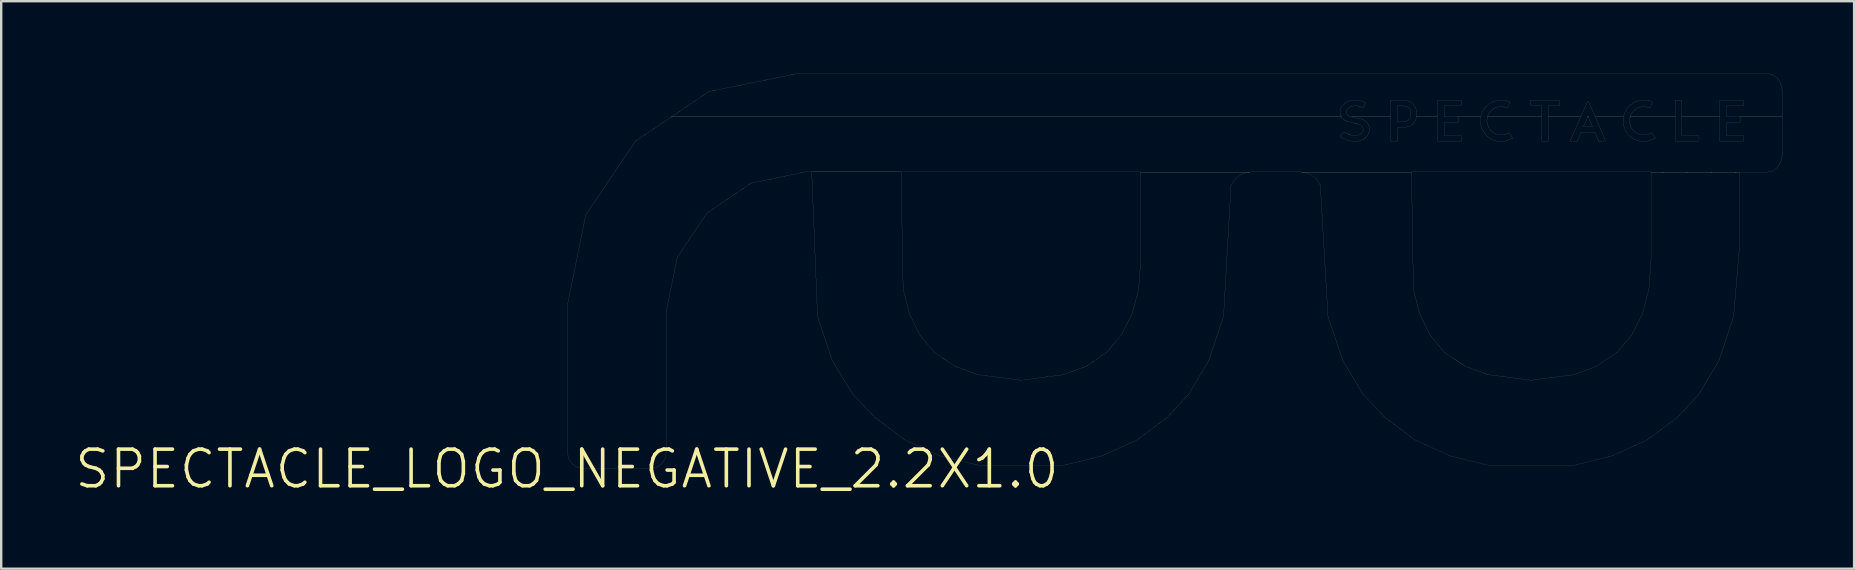
<source format=kicad_pcb>
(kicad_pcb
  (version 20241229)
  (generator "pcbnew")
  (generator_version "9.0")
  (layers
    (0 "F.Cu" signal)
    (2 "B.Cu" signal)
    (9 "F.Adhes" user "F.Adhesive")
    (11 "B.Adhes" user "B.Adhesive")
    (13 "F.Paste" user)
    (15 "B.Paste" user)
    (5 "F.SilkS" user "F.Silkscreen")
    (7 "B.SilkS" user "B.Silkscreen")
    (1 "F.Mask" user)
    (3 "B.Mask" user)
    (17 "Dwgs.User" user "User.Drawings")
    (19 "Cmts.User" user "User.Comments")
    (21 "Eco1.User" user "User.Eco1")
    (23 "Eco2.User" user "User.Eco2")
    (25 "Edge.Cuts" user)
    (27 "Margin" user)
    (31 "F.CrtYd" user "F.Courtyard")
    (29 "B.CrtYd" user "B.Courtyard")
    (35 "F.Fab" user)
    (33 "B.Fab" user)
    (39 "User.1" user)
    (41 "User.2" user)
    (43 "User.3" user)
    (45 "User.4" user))
  (footprint "SPECTACLE_LOGO_NEGATIVE_2.2X1.0"
    (layer "F.Cu")
    (at 20.574 16.491)
    (property "Reference" "SPECTACLE_LOGO_NEGATIVE_2.2X1.0" (at 0 0 0) (layer "F.SilkS") (effects (font (size 1.524 1.524) (thickness 0.15))))
    (attr exclude_from_pos_files exclude_from_bom)
    (fp_line (start 0.018 -6.82) (end 0.018 -0.699) (stroke (width 0.003) (type solid)) (layer "F.SilkS"))
    (fp_line (start 0.018 -0.699) (end 0.069 -0.429) (stroke (width 0.003) (type solid)) (layer "F.SilkS"))
    (fp_line (start 0.069 -0.429) (end 0.218 -0.218) (stroke (width 0.003) (type solid)) (layer "F.SilkS"))
    (fp_line (start 0.218 -0.218) (end 0.429 -0.069) (stroke (width 0.003) (type solid)) (layer "F.SilkS"))
    (fp_line (start 0.429 -0.069) (end 0.699 -0.018) (stroke (width 0.003) (type solid)) (layer "F.SilkS"))
    (fp_line (start 0.699 -0.018) (end 3.459 -0.018) (stroke (width 0.003) (type solid)) (layer "F.SilkS"))
    (fp_line (start 0.78 -10.579) (end 0.018 -6.82) (stroke (width 0.003) (type solid)) (layer "F.SilkS"))
    (fp_line (start 2.85 -13.658) (end 0.78 -10.579) (stroke (width 0.003) (type solid)) (layer "F.SilkS"))
    (fp_line (start 3.459 -0.018) (end 3.729 -0.069) (stroke (width 0.003) (type solid)) (layer "F.SilkS"))
    (fp_line (start 3.729 -0.069) (end 3.95 -0.218) (stroke (width 0.003) (type solid)) (layer "F.SilkS"))
    (fp_line (start 3.95 -0.218) (end 4.089 -0.429) (stroke (width 0.003) (type solid)) (layer "F.SilkS"))
    (fp_line (start 4.089 -0.429) (end 4.138 -0.699) (stroke (width 0.003) (type solid)) (layer "F.SilkS"))
    (fp_line (start 4.138 -6.568) (end 4.6 -8.829) (stroke (width 0.003) (type solid)) (layer "F.SilkS"))
    (fp_line (start 4.138 -0.699) (end 4.138 -6.568) (stroke (width 0.003) (type solid)) (layer "F.SilkS"))
    (fp_line (start 4.348 -14.668) (end 2.85 -13.658) (stroke (width 0.003) (type solid)) (layer "F.SilkS"))
    (fp_line (start 4.348 -14.668) (end 32.268 -14.668) (stroke (width 0.003) (type solid)) (layer "F.SilkS"))
    (fp_line (start 4.6 -8.829) (end 5.839 -10.668) (stroke (width 0.003) (type solid)) (layer "F.SilkS"))
    (fp_line (start 5.839 -10.668) (end 7.689 -11.918) (stroke (width 0.003) (type solid)) (layer "F.SilkS"))
    (fp_line (start 5.918 -15.728) (end 4.348 -14.668) (stroke (width 0.003) (type solid)) (layer "F.SilkS"))
    (fp_line (start 7.689 -11.918) (end 9.949 -12.38) (stroke (width 0.003) (type solid)) (layer "F.SilkS"))
    (fp_line (start 9.68 -16.49) (end 5.918 -15.728) (stroke (width 0.003) (type solid)) (layer "F.SilkS"))
    (fp_line (start 9.949 -12.38) (end 23.909 -12.38) (stroke (width 0.003) (type solid)) (layer "F.SilkS"))
    (fp_line (start 10.198 -12.38) (end 10.439 -6.358) (stroke (width 0.003) (type solid)) (layer "F.SilkS"))
    (fp_line (start 10.439 -6.358) (end 11.059 -4.508) (stroke (width 0.003) (type solid)) (layer "F.SilkS"))
    (fp_line (start 11.059 -4.508) (end 11.908 -3.119) (stroke (width 0.003) (type solid)) (layer "F.SilkS"))
    (fp_line (start 11.908 -3.119) (end 12.83 -2.149) (stroke (width 0.003) (type solid)) (layer "F.SilkS"))
    (fp_line (start 12.83 -2.149) (end 14.079 -1.209) (stroke (width 0.003) (type solid)) (layer "F.SilkS"))
    (fp_line (start 13.919 -12.38) (end 10.198 -12.38) (stroke (width 0.003) (type solid)) (layer "F.SilkS"))
    (fp_line (start 14.008 -7.488) (end 13.919 -12.38) (stroke (width 0.003) (type solid)) (layer "F.SilkS"))
    (fp_line (start 14.079 -1.209) (end 15.53 -0.549) (stroke (width 0.003) (type solid)) (layer "F.SilkS"))
    (fp_line (start 14.27 -6.459) (end 14.008 -7.488) (stroke (width 0.003) (type solid)) (layer "F.SilkS"))
    (fp_line (start 14.699 -5.588) (end 14.27 -6.459) (stroke (width 0.003) (type solid)) (layer "F.SilkS"))
    (fp_line (start 15.309 -4.859) (end 14.699 -5.588) (stroke (width 0.003) (type solid)) (layer "F.SilkS"))
    (fp_line (start 15.53 -0.549) (end 17.148 -0.15) (stroke (width 0.003) (type solid)) (layer "F.SilkS"))
    (fp_line (start 16.17 -4.28) (end 15.309 -4.859) (stroke (width 0.003) (type solid)) (layer "F.SilkS"))
    (fp_line (start 17.109 -3.929) (end 16.17 -4.28) (stroke (width 0.003) (type solid)) (layer "F.SilkS"))
    (fp_line (start 17.148 -0.15) (end 20.678 -0.15) (stroke (width 0.003) (type solid)) (layer "F.SilkS"))
    (fp_line (start 18.918 -3.698) (end 17.109 -3.929) (stroke (width 0.003) (type solid)) (layer "F.SilkS"))
    (fp_line (start 20.678 -0.15) (end 22.299 -0.549) (stroke (width 0.003) (type solid)) (layer "F.SilkS"))
    (fp_line (start 20.688 -3.929) (end 18.918 -3.698) (stroke (width 0.003) (type solid)) (layer "F.SilkS"))
    (fp_line (start 21.638 -4.28) (end 20.688 -3.929) (stroke (width 0.003) (type solid)) (layer "F.SilkS"))
    (fp_line (start 22.299 -0.549) (end 23.749 -1.209) (stroke (width 0.003) (type solid)) (layer "F.SilkS"))
    (fp_line (start 22.489 -4.859) (end 21.638 -4.28) (stroke (width 0.003) (type solid)) (layer "F.SilkS"))
    (fp_line (start 23.099 -5.588) (end 22.489 -4.859) (stroke (width 0.003) (type solid)) (layer "F.SilkS"))
    (fp_line (start 23.548 -6.459) (end 23.099 -5.588) (stroke (width 0.003) (type solid)) (layer "F.SilkS"))
    (fp_line (start 23.749 -1.209) (end 25.009 -2.149) (stroke (width 0.003) (type solid)) (layer "F.SilkS"))
    (fp_line (start 23.818 -7.488) (end 23.548 -6.459) (stroke (width 0.003) (type solid)) (layer "F.SilkS"))
    (fp_line (start 23.909 -12.38) (end 23.909 -12.37) (stroke (width 0.003) (type solid)) (layer "F.SilkS"))
    (fp_line (start 23.909 -12.37) (end 23.909 -8.7) (stroke (width 0.003) (type solid)) (layer "F.SilkS"))
    (fp_line (start 23.909 -12.37) (end 28.458 -12.37) (stroke (width 0.003) (type solid)) (layer "F.SilkS"))
    (fp_line (start 23.909 -8.7) (end 23.818 -7.488) (stroke (width 0.003) (type solid)) (layer "F.SilkS"))
    (fp_line (start 25.009 -2.149) (end 25.908 -3.119) (stroke (width 0.003) (type solid)) (layer "F.SilkS"))
    (fp_line (start 25.908 -3.119) (end 26.739 -4.508) (stroke (width 0.003) (type solid)) (layer "F.SilkS"))
    (fp_line (start 26.739 -4.508) (end 27.358 -6.358) (stroke (width 0.003) (type solid)) (layer "F.SilkS"))
    (fp_line (start 27.358 -6.358) (end 27.668 -11.829) (stroke (width 0.003) (type solid)) (layer "F.SilkS"))
    (fp_line (start 27.668 -11.829) (end 27.859 -12.108) (stroke (width 0.003) (type solid)) (layer "F.SilkS"))
    (fp_line (start 27.859 -12.108) (end 28.138 -12.309) (stroke (width 0.003) (type solid)) (layer "F.SilkS"))
    (fp_line (start 28.138 -12.309) (end 28.458 -12.37) (stroke (width 0.003) (type solid)) (layer "F.SilkS"))
    (fp_line (start 28.458 -12.37) (end 23.909 -12.37) (stroke (width 0.003) (type solid)) (layer "F.SilkS"))
    (fp_line (start 28.458 -12.37) (end 28.499 -12.38) (stroke (width 0.003) (type solid)) (layer "F.SilkS"))
    (fp_line (start 28.499 -12.38) (end 30.569 -12.38) (stroke (width 0.003) (type solid)) (layer "F.SilkS"))
    (fp_line (start 30.569 -12.38) (end 30.61 -12.37) (stroke (width 0.003) (type solid)) (layer "F.SilkS"))
    (fp_line (start 30.61 -12.37) (end 30.909 -12.309) (stroke (width 0.003) (type solid)) (layer "F.SilkS"))
    (fp_line (start 30.61 -12.37) (end 35.189 -12.37) (stroke (width 0.003) (type solid)) (layer "F.SilkS"))
    (fp_line (start 30.909 -12.309) (end 31.209 -12.108) (stroke (width 0.003) (type solid)) (layer "F.SilkS"))
    (fp_line (start 31.209 -12.108) (end 31.389 -11.829) (stroke (width 0.003) (type solid)) (layer "F.SilkS"))
    (fp_line (start 31.389 -11.829) (end 31.709 -6.358) (stroke (width 0.003) (type solid)) (layer "F.SilkS"))
    (fp_line (start 31.709 -6.358) (end 32.329 -4.508) (stroke (width 0.003) (type solid)) (layer "F.SilkS"))
    (fp_line (start 32.21 -14.92) (end 32.228 -14.989) (stroke (width 0.003) (type solid)) (layer "F.SilkS"))
    (fp_line (start 32.21 -14.849) (end 32.21 -14.92) (stroke (width 0.003) (type solid)) (layer "F.SilkS"))
    (fp_line (start 32.22 -14.778) (end 32.21 -14.849) (stroke (width 0.003) (type solid)) (layer "F.SilkS"))
    (fp_line (start 32.228 -14.989) (end 32.258 -15.06) (stroke (width 0.003) (type solid)) (layer "F.SilkS"))
    (fp_line (start 32.238 -13.879) (end 32.248 -13.899) (stroke (width 0.003) (type solid)) (layer "F.SilkS"))
    (fp_line (start 32.238 -13.858) (end 32.238 -13.879) (stroke (width 0.003) (type solid)) (layer "F.SilkS"))
    (fp_line (start 32.248 -14.709) (end 32.22 -14.778) (stroke (width 0.003) (type solid)) (layer "F.SilkS"))
    (fp_line (start 32.248 -13.899) (end 32.339 -14.018) (stroke (width 0.003) (type solid)) (layer "F.SilkS"))
    (fp_line (start 32.248 -13.838) (end 32.238 -13.858) (stroke (width 0.003) (type solid)) (layer "F.SilkS"))
    (fp_line (start 32.258 -15.06) (end 32.339 -15.169) (stroke (width 0.003) (type solid)) (layer "F.SilkS"))
    (fp_line (start 32.268 -14.668) (end 4.348 -14.668) (stroke (width 0.003) (type solid)) (layer "F.SilkS"))
    (fp_line (start 32.268 -14.668) (end 32.248 -14.709) (stroke (width 0.003) (type solid)) (layer "F.SilkS"))
    (fp_line (start 32.268 -13.818) (end 32.248 -13.838) (stroke (width 0.003) (type solid)) (layer "F.SilkS"))
    (fp_line (start 32.288 -14.648) (end 32.268 -14.668) (stroke (width 0.003) (type solid)) (layer "F.SilkS"))
    (fp_line (start 32.329 -4.508) (end 33.17 -3.119) (stroke (width 0.003) (type solid)) (layer "F.SilkS"))
    (fp_line (start 32.339 -15.169) (end 32.459 -15.268) (stroke (width 0.003) (type solid)) (layer "F.SilkS"))
    (fp_line (start 32.339 -14.58) (end 32.288 -14.648) (stroke (width 0.003) (type solid)) (layer "F.SilkS"))
    (fp_line (start 32.339 -14.018) (end 32.349 -14.028) (stroke (width 0.003) (type solid)) (layer "F.SilkS"))
    (fp_line (start 32.349 -14.028) (end 32.37 -14.039) (stroke (width 0.003) (type solid)) (layer "F.SilkS"))
    (fp_line (start 32.37 -14.039) (end 32.388 -14.039) (stroke (width 0.003) (type solid)) (layer "F.SilkS"))
    (fp_line (start 32.388 -14.039) (end 32.69 -13.899) (stroke (width 0.003) (type solid)) (layer "F.SilkS"))
    (fp_line (start 32.459 -15.268) (end 32.639 -15.349) (stroke (width 0.003) (type solid)) (layer "F.SilkS"))
    (fp_line (start 32.469 -14.9) (end 32.479 -14.829) (stroke (width 0.003) (type solid)) (layer "F.SilkS"))
    (fp_line (start 32.479 -14.829) (end 32.509 -14.768) (stroke (width 0.003) (type solid)) (layer "F.SilkS"))
    (fp_line (start 32.489 -14.958) (end 32.469 -14.9) (stroke (width 0.003) (type solid)) (layer "F.SilkS"))
    (fp_line (start 32.489 -14.488) (end 32.339 -14.58) (stroke (width 0.003) (type solid)) (layer "F.SilkS"))
    (fp_line (start 32.509 -14.768) (end 32.578 -14.709) (stroke (width 0.003) (type solid)) (layer "F.SilkS"))
    (fp_line (start 32.509 -13.698) (end 32.268 -13.818) (stroke (width 0.003) (type solid)) (layer "F.SilkS"))
    (fp_line (start 32.54 -15.019) (end 32.489 -14.958) (stroke (width 0.003) (type solid)) (layer "F.SilkS"))
    (fp_line (start 32.578 -14.709) (end 32.69 -14.668) (stroke (width 0.003) (type solid)) (layer "F.SilkS"))
    (fp_line (start 32.609 -15.08) (end 32.54 -15.019) (stroke (width 0.003) (type solid)) (layer "F.SilkS"))
    (fp_line (start 32.639 -15.349) (end 32.84 -15.37) (stroke (width 0.003) (type solid)) (layer "F.SilkS"))
    (fp_line (start 32.659 -15.098) (end 32.609 -15.08) (stroke (width 0.003) (type solid)) (layer "F.SilkS"))
    (fp_line (start 32.69 -14.668) (end 33.16 -14.569) (stroke (width 0.003) (type solid)) (layer "F.SilkS"))
    (fp_line (start 32.69 -14.668) (end 34.318 -14.668) (stroke (width 0.003) (type solid)) (layer "F.SilkS"))
    (fp_line (start 32.69 -13.899) (end 32.85 -13.889) (stroke (width 0.003) (type solid)) (layer "F.SilkS"))
    (fp_line (start 32.758 -13.65) (end 32.509 -13.698) (stroke (width 0.003) (type solid)) (layer "F.SilkS"))
    (fp_line (start 32.799 -15.138) (end 32.659 -15.098) (stroke (width 0.003) (type solid)) (layer "F.SilkS"))
    (fp_line (start 32.819 -13.65) (end 32.758 -13.65) (stroke (width 0.003) (type solid)) (layer "F.SilkS"))
    (fp_line (start 32.84 -15.37) (end 33.068 -15.339) (stroke (width 0.003) (type solid)) (layer "F.SilkS"))
    (fp_line (start 32.85 -13.889) (end 32.918 -13.899) (stroke (width 0.003) (type solid)) (layer "F.SilkS"))
    (fp_line (start 32.918 -13.899) (end 32.99 -13.919) (stroke (width 0.003) (type solid)) (layer "F.SilkS"))
    (fp_line (start 32.939 -15.128) (end 32.799 -15.138) (stroke (width 0.003) (type solid)) (layer "F.SilkS"))
    (fp_line (start 32.99 -13.919) (end 33.048 -13.95) (stroke (width 0.003) (type solid)) (layer "F.SilkS"))
    (fp_line (start 33.02 -13.668) (end 32.819 -13.65) (stroke (width 0.003) (type solid)) (layer "F.SilkS"))
    (fp_line (start 33.048 -14.338) (end 32.489 -14.488) (stroke (width 0.003) (type solid)) (layer "F.SilkS"))
    (fp_line (start 33.048 -13.95) (end 33.109 -13.998) (stroke (width 0.003) (type solid)) (layer "F.SilkS"))
    (fp_line (start 33.068 -15.339) (end 33.249 -15.278) (stroke (width 0.003) (type solid)) (layer "F.SilkS"))
    (fp_line (start 33.109 -13.998) (end 33.16 -14.059) (stroke (width 0.003) (type solid)) (layer "F.SilkS"))
    (fp_line (start 33.139 -14.27) (end 33.048 -14.338) (stroke (width 0.003) (type solid)) (layer "F.SilkS"))
    (fp_line (start 33.16 -15.06) (end 32.939 -15.128) (stroke (width 0.003) (type solid)) (layer "F.SilkS"))
    (fp_line (start 33.16 -14.569) (end 33.249 -14.508) (stroke (width 0.003) (type solid)) (layer "F.SilkS"))
    (fp_line (start 33.16 -14.059) (end 33.177 -14.127) (stroke (width 0.003) (type solid)) (layer "F.SilkS"))
    (fp_line (start 33.17 -14.199) (end 33.139 -14.27) (stroke (width 0.003) (type solid)) (layer "F.SilkS"))
    (fp_line (start 33.17 -3.119) (end 34.079 -2.149) (stroke (width 0.003) (type solid)) (layer "F.SilkS"))
    (fp_line (start 33.177 -15.06) (end 33.16 -15.06) (stroke (width 0.003) (type solid)) (layer "F.SilkS"))
    (fp_line (start 33.177 -14.127) (end 33.17 -14.199) (stroke (width 0.003) (type solid)) (layer "F.SilkS"))
    (fp_line (start 33.188 -13.739) (end 33.02 -13.668) (stroke (width 0.003) (type solid)) (layer "F.SilkS"))
    (fp_line (start 33.198 -15.07) (end 33.177 -15.06) (stroke (width 0.003) (type solid)) (layer "F.SilkS"))
    (fp_line (start 33.208 -15.088) (end 33.198 -15.07) (stroke (width 0.003) (type solid)) (layer "F.SilkS"))
    (fp_line (start 33.249 -15.278) (end 33.259 -15.258) (stroke (width 0.003) (type solid)) (layer "F.SilkS"))
    (fp_line (start 33.249 -14.508) (end 33.31 -14.458) (stroke (width 0.003) (type solid)) (layer "F.SilkS"))
    (fp_line (start 33.259 -15.258) (end 33.269 -15.248) (stroke (width 0.003) (type solid)) (layer "F.SilkS"))
    (fp_line (start 33.269 -15.248) (end 33.269 -15.21) (stroke (width 0.003) (type solid)) (layer "F.SilkS"))
    (fp_line (start 33.269 -15.21) (end 33.208 -15.088) (stroke (width 0.003) (type solid)) (layer "F.SilkS"))
    (fp_line (start 33.31 -14.458) (end 33.358 -14.399) (stroke (width 0.003) (type solid)) (layer "F.SilkS"))
    (fp_line (start 33.31 -13.848) (end 33.188 -13.739) (stroke (width 0.003) (type solid)) (layer "F.SilkS"))
    (fp_line (start 33.358 -14.399) (end 33.398 -14.338) (stroke (width 0.003) (type solid)) (layer "F.SilkS"))
    (fp_line (start 33.398 -14.338) (end 33.429 -14.27) (stroke (width 0.003) (type solid)) (layer "F.SilkS"))
    (fp_line (start 33.398 -13.97) (end 33.31 -13.848) (stroke (width 0.003) (type solid)) (layer "F.SilkS"))
    (fp_line (start 33.419 -14.039) (end 33.398 -13.97) (stroke (width 0.003) (type solid)) (layer "F.SilkS"))
    (fp_line (start 33.429 -14.27) (end 33.439 -14.188) (stroke (width 0.003) (type solid)) (layer "F.SilkS"))
    (fp_line (start 33.439 -14.188) (end 33.439 -14.12) (stroke (width 0.003) (type solid)) (layer "F.SilkS"))
    (fp_line (start 33.439 -14.12) (end 33.419 -14.039) (stroke (width 0.003) (type solid)) (layer "F.SilkS"))
    (fp_line (start 34.079 -2.149) (end 35.339 -1.209) (stroke (width 0.003) (type solid)) (layer "F.SilkS"))
    (fp_line (start 34.318 -15.339) (end 34.328 -15.359) (stroke (width 0.003) (type solid)) (layer "F.SilkS"))
    (fp_line (start 34.318 -14.668) (end 32.69 -14.668) (stroke (width 0.003) (type solid)) (layer "F.SilkS"))
    (fp_line (start 34.318 -14.668) (end 34.318 -15.339) (stroke (width 0.003) (type solid)) (layer "F.SilkS"))
    (fp_line (start 34.318 -13.668) (end 34.318 -14.668) (stroke (width 0.003) (type solid)) (layer "F.SilkS"))
    (fp_line (start 34.328 -15.359) (end 34.348 -15.37) (stroke (width 0.003) (type solid)) (layer "F.SilkS"))
    (fp_line (start 34.328 -13.658) (end 34.318 -13.668) (stroke (width 0.003) (type solid)) (layer "F.SilkS"))
    (fp_line (start 34.348 -15.37) (end 34.369 -15.37) (stroke (width 0.003) (type solid)) (layer "F.SilkS"))
    (fp_line (start 34.348 -13.65) (end 34.328 -13.658) (stroke (width 0.003) (type solid)) (layer "F.SilkS"))
    (fp_line (start 34.369 -15.37) (end 34.989 -15.359) (stroke (width 0.003) (type solid)) (layer "F.SilkS"))
    (fp_line (start 34.569 -13.65) (end 34.348 -13.65) (stroke (width 0.003) (type solid)) (layer "F.SilkS"))
    (fp_line (start 34.58 -13.658) (end 34.569 -13.65) (stroke (width 0.003) (type solid)) (layer "F.SilkS"))
    (fp_line (start 34.59 -13.668) (end 34.58 -13.658) (stroke (width 0.003) (type solid)) (layer "F.SilkS"))
    (fp_line (start 34.6 -15.128) (end 34.6 -14.468) (stroke (width 0.003) (type solid)) (layer "F.SilkS"))
    (fp_line (start 34.6 -14.468) (end 34.91 -14.478) (stroke (width 0.003) (type solid)) (layer "F.SilkS"))
    (fp_line (start 34.6 -14.229) (end 34.6 -13.688) (stroke (width 0.003) (type solid)) (layer "F.SilkS"))
    (fp_line (start 34.6 -13.688) (end 34.59 -13.668) (stroke (width 0.003) (type solid)) (layer "F.SilkS"))
    (fp_line (start 34.828 -15.128) (end 34.6 -15.128) (stroke (width 0.003) (type solid)) (layer "F.SilkS"))
    (fp_line (start 34.91 -15.118) (end 34.828 -15.128) (stroke (width 0.003) (type solid)) (layer "F.SilkS"))
    (fp_line (start 34.91 -14.478) (end 34.978 -14.498) (stroke (width 0.003) (type solid)) (layer "F.SilkS"))
    (fp_line (start 34.978 -15.098) (end 34.91 -15.118) (stroke (width 0.003) (type solid)) (layer "F.SilkS"))
    (fp_line (start 34.978 -14.498) (end 35.039 -14.519) (stroke (width 0.003) (type solid)) (layer "F.SilkS"))
    (fp_line (start 34.989 -15.359) (end 35.108 -15.319) (stroke (width 0.003) (type solid)) (layer "F.SilkS"))
    (fp_line (start 34.989 -14.249) (end 34.6 -14.229) (stroke (width 0.003) (type solid)) (layer "F.SilkS"))
    (fp_line (start 35.039 -15.08) (end 34.978 -15.098) (stroke (width 0.003) (type solid)) (layer "F.SilkS"))
    (fp_line (start 35.039 -14.519) (end 35.088 -14.569) (stroke (width 0.003) (type solid)) (layer "F.SilkS"))
    (fp_line (start 35.088 -15.029) (end 35.039 -15.08) (stroke (width 0.003) (type solid)) (layer "F.SilkS"))
    (fp_line (start 35.088 -14.569) (end 35.128 -14.618) (stroke (width 0.003) (type solid)) (layer "F.SilkS"))
    (fp_line (start 35.108 -15.319) (end 35.199 -15.258) (stroke (width 0.003) (type solid)) (layer "F.SilkS"))
    (fp_line (start 35.108 -14.28) (end 34.989 -14.249) (stroke (width 0.003) (type solid)) (layer "F.SilkS"))
    (fp_line (start 35.128 -14.978) (end 35.088 -15.029) (stroke (width 0.003) (type solid)) (layer "F.SilkS"))
    (fp_line (start 35.128 -14.618) (end 35.138 -14.668) (stroke (width 0.003) (type solid)) (layer "F.SilkS"))
    (fp_line (start 35.138 -14.668) (end 35.149 -14.679) (stroke (width 0.003) (type solid)) (layer "F.SilkS"))
    (fp_line (start 35.149 -14.92) (end 35.128 -14.978) (stroke (width 0.003) (type solid)) (layer "F.SilkS"))
    (fp_line (start 35.149 -14.679) (end 35.159 -14.798) (stroke (width 0.003) (type solid)) (layer "F.SilkS"))
    (fp_line (start 35.159 -14.798) (end 35.149 -14.92) (stroke (width 0.003) (type solid)) (layer "F.SilkS"))
    (fp_line (start 35.189 -12.38) (end 45.169 -12.38) (stroke (width 0.003) (type solid)) (layer "F.SilkS"))
    (fp_line (start 35.189 -12.37) (end 30.61 -12.37) (stroke (width 0.003) (type solid)) (layer "F.SilkS"))
    (fp_line (start 35.189 -12.37) (end 35.189 -12.38) (stroke (width 0.003) (type solid)) (layer "F.SilkS"))
    (fp_line (start 35.199 -15.258) (end 35.268 -15.199) (stroke (width 0.003) (type solid)) (layer "F.SilkS"))
    (fp_line (start 35.199 -14.338) (end 35.108 -14.28) (stroke (width 0.003) (type solid)) (layer "F.SilkS"))
    (fp_line (start 35.268 -15.199) (end 35.329 -15.118) (stroke (width 0.003) (type solid)) (layer "F.SilkS"))
    (fp_line (start 35.268 -14.399) (end 35.199 -14.338) (stroke (width 0.003) (type solid)) (layer "F.SilkS"))
    (fp_line (start 35.268 -7.488) (end 35.189 -12.37) (stroke (width 0.003) (type solid)) (layer "F.SilkS"))
    (fp_line (start 35.329 -15.118) (end 35.37 -15.019) (stroke (width 0.003) (type solid)) (layer "F.SilkS"))
    (fp_line (start 35.329 -14.488) (end 35.268 -14.399) (stroke (width 0.003) (type solid)) (layer "F.SilkS"))
    (fp_line (start 35.339 -1.209) (end 36.779 -0.549) (stroke (width 0.003) (type solid)) (layer "F.SilkS"))
    (fp_line (start 35.37 -15.019) (end 35.4 -14.92) (stroke (width 0.003) (type solid)) (layer "F.SilkS"))
    (fp_line (start 35.37 -14.569) (end 35.329 -14.488) (stroke (width 0.003) (type solid)) (layer "F.SilkS"))
    (fp_line (start 35.39 -14.668) (end 35.37 -14.569) (stroke (width 0.003) (type solid)) (layer "F.SilkS"))
    (fp_line (start 35.39 -14.668) (end 36.279 -14.668) (stroke (width 0.003) (type solid)) (layer "F.SilkS"))
    (fp_line (start 35.4 -14.92) (end 35.4 -14.679) (stroke (width 0.003) (type solid)) (layer "F.SilkS"))
    (fp_line (start 35.4 -14.679) (end 35.39 -14.668) (stroke (width 0.003) (type solid)) (layer "F.SilkS"))
    (fp_line (start 35.53 -6.459) (end 35.268 -7.488) (stroke (width 0.003) (type solid)) (layer "F.SilkS"))
    (fp_line (start 35.959 -5.588) (end 35.53 -6.459) (stroke (width 0.003) (type solid)) (layer "F.SilkS"))
    (fp_line (start 36.279 -15.339) (end 36.289 -15.359) (stroke (width 0.003) (type solid)) (layer "F.SilkS"))
    (fp_line (start 36.279 -14.668) (end 35.39 -14.668) (stroke (width 0.003) (type solid)) (layer "F.SilkS"))
    (fp_line (start 36.279 -14.668) (end 36.279 -15.339) (stroke (width 0.003) (type solid)) (layer "F.SilkS"))
    (fp_line (start 36.279 -13.668) (end 36.279 -14.668) (stroke (width 0.003) (type solid)) (layer "F.SilkS"))
    (fp_line (start 36.289 -15.359) (end 36.309 -15.37) (stroke (width 0.003) (type solid)) (layer "F.SilkS"))
    (fp_line (start 36.289 -13.658) (end 36.279 -13.668) (stroke (width 0.003) (type solid)) (layer "F.SilkS"))
    (fp_line (start 36.309 -15.37) (end 37.239 -15.37) (stroke (width 0.003) (type solid)) (layer "F.SilkS"))
    (fp_line (start 36.309 -13.65) (end 36.289 -13.658) (stroke (width 0.003) (type solid)) (layer "F.SilkS"))
    (fp_line (start 36.548 -15.128) (end 36.548 -14.668) (stroke (width 0.003) (type solid)) (layer "F.SilkS"))
    (fp_line (start 36.548 -14.668) (end 38.07 -14.668) (stroke (width 0.003) (type solid)) (layer "F.SilkS"))
    (fp_line (start 36.548 -14.42) (end 36.548 -13.889) (stroke (width 0.003) (type solid)) (layer "F.SilkS"))
    (fp_line (start 36.548 -13.889) (end 37.239 -13.889) (stroke (width 0.003) (type solid)) (layer "F.SilkS"))
    (fp_line (start 36.558 -4.859) (end 35.959 -5.588) (stroke (width 0.003) (type solid)) (layer "F.SilkS"))
    (fp_line (start 36.779 -0.549) (end 38.41 -0.15) (stroke (width 0.003) (type solid)) (layer "F.SilkS"))
    (fp_line (start 37.089 -14.668) (end 37.109 -14.658) (stroke (width 0.003) (type solid)) (layer "F.SilkS"))
    (fp_line (start 37.109 -14.658) (end 37.12 -14.648) (stroke (width 0.003) (type solid)) (layer "F.SilkS"))
    (fp_line (start 37.109 -14.42) (end 36.548 -14.42) (stroke (width 0.003) (type solid)) (layer "F.SilkS"))
    (fp_line (start 37.12 -14.648) (end 37.13 -14.648) (stroke (width 0.003) (type solid)) (layer "F.SilkS"))
    (fp_line (start 37.12 -14.43) (end 37.109 -14.42) (stroke (width 0.003) (type solid)) (layer "F.SilkS"))
    (fp_line (start 37.13 -14.648) (end 37.14 -14.628) (stroke (width 0.003) (type solid)) (layer "F.SilkS"))
    (fp_line (start 37.13 -14.448) (end 37.12 -14.43) (stroke (width 0.003) (type solid)) (layer "F.SilkS"))
    (fp_line (start 37.14 -14.628) (end 37.14 -14.468) (stroke (width 0.003) (type solid)) (layer "F.SilkS"))
    (fp_line (start 37.14 -14.468) (end 37.13 -14.448) (stroke (width 0.003) (type solid)) (layer "F.SilkS"))
    (fp_line (start 37.239 -15.37) (end 37.259 -15.359) (stroke (width 0.003) (type solid)) (layer "F.SilkS"))
    (fp_line (start 37.239 -15.128) (end 36.548 -15.128) (stroke (width 0.003) (type solid)) (layer "F.SilkS"))
    (fp_line (start 37.239 -13.889) (end 37.259 -13.879) (stroke (width 0.003) (type solid)) (layer "F.SilkS"))
    (fp_line (start 37.239 -13.65) (end 36.309 -13.65) (stroke (width 0.003) (type solid)) (layer "F.SilkS"))
    (fp_line (start 37.259 -15.359) (end 37.269 -15.339) (stroke (width 0.003) (type solid)) (layer "F.SilkS"))
    (fp_line (start 37.259 -15.138) (end 37.239 -15.128) (stroke (width 0.003) (type solid)) (layer "F.SilkS"))
    (fp_line (start 37.259 -13.879) (end 37.269 -13.858) (stroke (width 0.003) (type solid)) (layer "F.SilkS"))
    (fp_line (start 37.259 -13.658) (end 37.239 -13.65) (stroke (width 0.003) (type solid)) (layer "F.SilkS"))
    (fp_line (start 37.269 -15.339) (end 37.269 -15.159) (stroke (width 0.003) (type solid)) (layer "F.SilkS"))
    (fp_line (start 37.269 -15.159) (end 37.259 -15.138) (stroke (width 0.003) (type solid)) (layer "F.SilkS"))
    (fp_line (start 37.269 -13.858) (end 37.269 -13.668) (stroke (width 0.003) (type solid)) (layer "F.SilkS"))
    (fp_line (start 37.269 -13.668) (end 37.259 -13.658) (stroke (width 0.003) (type solid)) (layer "F.SilkS"))
    (fp_line (start 37.429 -4.28) (end 36.558 -4.859) (stroke (width 0.003) (type solid)) (layer "F.SilkS"))
    (fp_line (start 38.059 -14.498) (end 38.07 -14.668) (stroke (width 0.003) (type solid)) (layer "F.SilkS"))
    (fp_line (start 38.07 -14.668) (end 37.089 -14.668) (stroke (width 0.003) (type solid)) (layer "F.SilkS"))
    (fp_line (start 38.07 -14.668) (end 38.08 -14.679) (stroke (width 0.003) (type solid)) (layer "F.SilkS"))
    (fp_line (start 38.08 -14.679) (end 38.128 -14.849) (stroke (width 0.003) (type solid)) (layer "F.SilkS"))
    (fp_line (start 38.08 -14.338) (end 38.059 -14.498) (stroke (width 0.003) (type solid)) (layer "F.SilkS"))
    (fp_line (start 38.128 -14.849) (end 38.209 -14.989) (stroke (width 0.003) (type solid)) (layer "F.SilkS"))
    (fp_line (start 38.128 -14.168) (end 38.08 -14.338) (stroke (width 0.003) (type solid)) (layer "F.SilkS"))
    (fp_line (start 38.209 -14.989) (end 38.308 -15.118) (stroke (width 0.003) (type solid)) (layer "F.SilkS"))
    (fp_line (start 38.209 -14.028) (end 38.128 -14.168) (stroke (width 0.003) (type solid)) (layer "F.SilkS"))
    (fp_line (start 38.308 -15.118) (end 38.438 -15.23) (stroke (width 0.003) (type solid)) (layer "F.SilkS"))
    (fp_line (start 38.308 -13.889) (end 38.209 -14.028) (stroke (width 0.003) (type solid)) (layer "F.SilkS"))
    (fp_line (start 38.329 -14.498) (end 38.359 -14.348) (stroke (width 0.003) (type solid)) (layer "F.SilkS"))
    (fp_line (start 38.349 -14.628) (end 38.329 -14.498) (stroke (width 0.003) (type solid)) (layer "F.SilkS"))
    (fp_line (start 38.359 -14.668) (end 38.349 -14.628) (stroke (width 0.003) (type solid)) (layer "F.SilkS"))
    (fp_line (start 38.359 -14.668) (end 40.62 -14.668) (stroke (width 0.003) (type solid)) (layer "F.SilkS"))
    (fp_line (start 38.359 -14.348) (end 38.41 -14.209) (stroke (width 0.003) (type solid)) (layer "F.SilkS"))
    (fp_line (start 38.369 -14.729) (end 38.359 -14.668) (stroke (width 0.003) (type solid)) (layer "F.SilkS"))
    (fp_line (start 38.369 -3.929) (end 37.429 -4.28) (stroke (width 0.003) (type solid)) (layer "F.SilkS"))
    (fp_line (start 38.41 -14.209) (end 38.509 -14.089) (stroke (width 0.003) (type solid)) (layer "F.SilkS"))
    (fp_line (start 38.41 -0.15) (end 41.938 -0.15) (stroke (width 0.003) (type solid)) (layer "F.SilkS"))
    (fp_line (start 38.438 -15.23) (end 38.588 -15.309) (stroke (width 0.003) (type solid)) (layer "F.SilkS"))
    (fp_line (start 38.438 -14.839) (end 38.369 -14.729) (stroke (width 0.003) (type solid)) (layer "F.SilkS"))
    (fp_line (start 38.438 -13.79) (end 38.308 -13.889) (stroke (width 0.003) (type solid)) (layer "F.SilkS"))
    (fp_line (start 38.509 -14.928) (end 38.438 -14.839) (stroke (width 0.003) (type solid)) (layer "F.SilkS"))
    (fp_line (start 38.509 -14.089) (end 38.638 -13.988) (stroke (width 0.003) (type solid)) (layer "F.SilkS"))
    (fp_line (start 38.588 -15.309) (end 38.748 -15.349) (stroke (width 0.003) (type solid)) (layer "F.SilkS"))
    (fp_line (start 38.588 -14.999) (end 38.509 -14.928) (stroke (width 0.003) (type solid)) (layer "F.SilkS"))
    (fp_line (start 38.588 -13.708) (end 38.438 -13.79) (stroke (width 0.003) (type solid)) (layer "F.SilkS"))
    (fp_line (start 38.638 -13.988) (end 38.738 -13.94) (stroke (width 0.003) (type solid)) (layer "F.SilkS"))
    (fp_line (start 38.699 -15.06) (end 38.588 -14.999) (stroke (width 0.003) (type solid)) (layer "F.SilkS"))
    (fp_line (start 38.738 -13.94) (end 38.849 -13.919) (stroke (width 0.003) (type solid)) (layer "F.SilkS"))
    (fp_line (start 38.748 -15.349) (end 38.928 -15.37) (stroke (width 0.003) (type solid)) (layer "F.SilkS"))
    (fp_line (start 38.748 -13.658) (end 38.588 -13.708) (stroke (width 0.003) (type solid)) (layer "F.SilkS"))
    (fp_line (start 38.809 -15.088) (end 38.699 -15.06) (stroke (width 0.003) (type solid)) (layer "F.SilkS"))
    (fp_line (start 38.849 -13.919) (end 39.03 -13.919) (stroke (width 0.003) (type solid)) (layer "F.SilkS"))
    (fp_line (start 38.928 -15.37) (end 39.098 -15.359) (stroke (width 0.003) (type solid)) (layer "F.SilkS"))
    (fp_line (start 38.928 -13.65) (end 38.748 -13.658) (stroke (width 0.003) (type solid)) (layer "F.SilkS"))
    (fp_line (start 38.979 -15.098) (end 38.809 -15.088) (stroke (width 0.003) (type solid)) (layer "F.SilkS"))
    (fp_line (start 39.03 -13.919) (end 39.218 -13.988) (stroke (width 0.003) (type solid)) (layer "F.SilkS"))
    (fp_line (start 39.098 -15.359) (end 39.258 -15.309) (stroke (width 0.003) (type solid)) (layer "F.SilkS"))
    (fp_line (start 39.119 -13.668) (end 38.928 -13.65) (stroke (width 0.003) (type solid)) (layer "F.SilkS"))
    (fp_line (start 39.159 -15.06) (end 38.979 -15.098) (stroke (width 0.003) (type solid)) (layer "F.SilkS"))
    (fp_line (start 39.179 -15.06) (end 39.159 -15.06) (stroke (width 0.003) (type solid)) (layer "F.SilkS"))
    (fp_line (start 39.19 -15.07) (end 39.179 -15.06) (stroke (width 0.003) (type solid)) (layer "F.SilkS"))
    (fp_line (start 39.2 -15.08) (end 39.19 -15.07) (stroke (width 0.003) (type solid)) (layer "F.SilkS"))
    (fp_line (start 39.218 -13.988) (end 39.248 -14.008) (stroke (width 0.003) (type solid)) (layer "F.SilkS"))
    (fp_line (start 39.248 -14.008) (end 39.408 -13.79) (stroke (width 0.003) (type solid)) (layer "F.SilkS"))
    (fp_line (start 39.258 -15.309) (end 39.268 -15.298) (stroke (width 0.003) (type solid)) (layer "F.SilkS"))
    (fp_line (start 39.268 -15.298) (end 39.279 -15.278) (stroke (width 0.003) (type solid)) (layer "F.SilkS"))
    (fp_line (start 39.279 -15.278) (end 39.279 -15.248) (stroke (width 0.003) (type solid)) (layer "F.SilkS"))
    (fp_line (start 39.279 -15.248) (end 39.2 -15.08) (stroke (width 0.003) (type solid)) (layer "F.SilkS"))
    (fp_line (start 39.408 -13.79) (end 39.119 -13.668) (stroke (width 0.003) (type solid)) (layer "F.SilkS"))
    (fp_line (start 40.14 -15.339) (end 40.15 -15.359) (stroke (width 0.003) (type solid)) (layer "F.SilkS"))
    (fp_line (start 40.14 -15.159) (end 40.14 -15.339) (stroke (width 0.003) (type solid)) (layer "F.SilkS"))
    (fp_line (start 40.15 -15.359) (end 40.168 -15.37) (stroke (width 0.003) (type solid)) (layer "F.SilkS"))
    (fp_line (start 40.15 -15.138) (end 40.14 -15.159) (stroke (width 0.003) (type solid)) (layer "F.SilkS"))
    (fp_line (start 40.168 -15.37) (end 41.328 -15.37) (stroke (width 0.003) (type solid)) (layer "F.SilkS"))
    (fp_line (start 40.168 -15.128) (end 40.15 -15.138) (stroke (width 0.003) (type solid)) (layer "F.SilkS"))
    (fp_line (start 40.168 -3.698) (end 38.369 -3.929) (stroke (width 0.003) (type solid)) (layer "F.SilkS"))
    (fp_line (start 40.62 -15.128) (end 40.168 -15.128) (stroke (width 0.003) (type solid)) (layer "F.SilkS"))
    (fp_line (start 40.62 -14.668) (end 38.359 -14.668) (stroke (width 0.003) (type solid)) (layer "F.SilkS"))
    (fp_line (start 40.62 -14.668) (end 40.62 -15.128) (stroke (width 0.003) (type solid)) (layer "F.SilkS"))
    (fp_line (start 40.62 -13.658) (end 40.62 -14.668) (stroke (width 0.003) (type solid)) (layer "F.SilkS"))
    (fp_line (start 40.64 -13.65) (end 40.62 -13.658) (stroke (width 0.003) (type solid)) (layer "F.SilkS"))
    (fp_line (start 40.858 -13.65) (end 40.64 -13.65) (stroke (width 0.003) (type solid)) (layer "F.SilkS"))
    (fp_line (start 40.869 -13.658) (end 40.858 -13.65) (stroke (width 0.003) (type solid)) (layer "F.SilkS"))
    (fp_line (start 40.879 -13.668) (end 40.869 -13.658) (stroke (width 0.003) (type solid)) (layer "F.SilkS"))
    (fp_line (start 40.889 -15.128) (end 40.889 -14.668) (stroke (width 0.003) (type solid)) (layer "F.SilkS"))
    (fp_line (start 40.889 -14.668) (end 40.889 -13.688) (stroke (width 0.003) (type solid)) (layer "F.SilkS"))
    (fp_line (start 40.889 -14.668) (end 42.238 -14.668) (stroke (width 0.003) (type solid)) (layer "F.SilkS"))
    (fp_line (start 40.889 -13.688) (end 40.879 -13.668) (stroke (width 0.003) (type solid)) (layer "F.SilkS"))
    (fp_line (start 41.328 -15.37) (end 41.349 -15.359) (stroke (width 0.003) (type solid)) (layer "F.SilkS"))
    (fp_line (start 41.328 -15.128) (end 40.889 -15.128) (stroke (width 0.003) (type solid)) (layer "F.SilkS"))
    (fp_line (start 41.349 -15.359) (end 41.359 -15.339) (stroke (width 0.003) (type solid)) (layer "F.SilkS"))
    (fp_line (start 41.349 -15.138) (end 41.328 -15.128) (stroke (width 0.003) (type solid)) (layer "F.SilkS"))
    (fp_line (start 41.359 -15.339) (end 41.359 -15.159) (stroke (width 0.003) (type solid)) (layer "F.SilkS"))
    (fp_line (start 41.359 -15.159) (end 41.349 -15.138) (stroke (width 0.003) (type solid)) (layer "F.SilkS"))
    (fp_line (start 41.819 -13.708) (end 42.238 -14.668) (stroke (width 0.003) (type solid)) (layer "F.SilkS"))
    (fp_line (start 41.819 -13.678) (end 41.819 -13.708) (stroke (width 0.003) (type solid)) (layer "F.SilkS"))
    (fp_line (start 41.829 -13.668) (end 41.819 -13.678) (stroke (width 0.003) (type solid)) (layer "F.SilkS"))
    (fp_line (start 41.829 -13.65) (end 41.829 -13.668) (stroke (width 0.003) (type solid)) (layer "F.SilkS"))
    (fp_line (start 41.938 -0.15) (end 43.558 -0.549) (stroke (width 0.003) (type solid)) (layer "F.SilkS"))
    (fp_line (start 41.948 -3.929) (end 40.168 -3.698) (stroke (width 0.003) (type solid)) (layer "F.SilkS"))
    (fp_line (start 42.078 -13.65) (end 41.829 -13.65) (stroke (width 0.003) (type solid)) (layer "F.SilkS"))
    (fp_line (start 42.088 -13.658) (end 42.078 -13.65) (stroke (width 0.003) (type solid)) (layer "F.SilkS"))
    (fp_line (start 42.238 -14.668) (end 40.889 -14.668) (stroke (width 0.003) (type solid)) (layer "F.SilkS"))
    (fp_line (start 42.238 -14.668) (end 42.509 -15.278) (stroke (width 0.003) (type solid)) (layer "F.SilkS"))
    (fp_line (start 42.248 -14.008) (end 42.088 -13.658) (stroke (width 0.003) (type solid)) (layer "F.SilkS"))
    (fp_line (start 42.349 -14.26) (end 42.728 -14.26) (stroke (width 0.003) (type solid)) (layer "F.SilkS"))
    (fp_line (start 42.509 -15.278) (end 42.52 -15.298) (stroke (width 0.003) (type solid)) (layer "F.SilkS"))
    (fp_line (start 42.52 -15.298) (end 42.54 -15.309) (stroke (width 0.003) (type solid)) (layer "F.SilkS"))
    (fp_line (start 42.52 -14.668) (end 42.558 -14.668) (stroke (width 0.003) (type solid)) (layer "F.SilkS"))
    (fp_line (start 42.53 -14.668) (end 42.349 -14.26) (stroke (width 0.003) (type solid)) (layer "F.SilkS"))
    (fp_line (start 42.54 -15.309) (end 42.568 -15.298) (stroke (width 0.003) (type solid)) (layer "F.SilkS"))
    (fp_line (start 42.54 -14.709) (end 42.52 -14.668) (stroke (width 0.003) (type solid)) (layer "F.SilkS"))
    (fp_line (start 42.558 -14.668) (end 42.53 -14.668) (stroke (width 0.003) (type solid)) (layer "F.SilkS"))
    (fp_line (start 42.558 -14.668) (end 42.54 -14.709) (stroke (width 0.003) (type solid)) (layer "F.SilkS"))
    (fp_line (start 42.568 -15.298) (end 42.578 -15.278) (stroke (width 0.003) (type solid)) (layer "F.SilkS"))
    (fp_line (start 42.578 -15.278) (end 42.85 -14.668) (stroke (width 0.003) (type solid)) (layer "F.SilkS"))
    (fp_line (start 42.728 -14.26) (end 42.558 -14.668) (stroke (width 0.003) (type solid)) (layer "F.SilkS"))
    (fp_line (start 42.84 -14.008) (end 42.248 -14.008) (stroke (width 0.003) (type solid)) (layer "F.SilkS"))
    (fp_line (start 42.85 -14.668) (end 43.259 -13.708) (stroke (width 0.003) (type solid)) (layer "F.SilkS"))
    (fp_line (start 42.85 -14.668) (end 44.008 -14.668) (stroke (width 0.003) (type solid)) (layer "F.SilkS"))
    (fp_line (start 42.888 -4.28) (end 41.948 -3.929) (stroke (width 0.003) (type solid)) (layer "F.SilkS"))
    (fp_line (start 42.989 -13.658) (end 42.84 -14.008) (stroke (width 0.003) (type solid)) (layer "F.SilkS"))
    (fp_line (start 43 -13.65) (end 42.989 -13.658) (stroke (width 0.003) (type solid)) (layer "F.SilkS"))
    (fp_line (start 43.249 -13.65) (end 43 -13.65) (stroke (width 0.003) (type solid)) (layer "F.SilkS"))
    (fp_line (start 43.259 -13.708) (end 43.269 -13.678) (stroke (width 0.003) (type solid)) (layer "F.SilkS"))
    (fp_line (start 43.259 -13.668) (end 43.249 -13.65) (stroke (width 0.003) (type solid)) (layer "F.SilkS"))
    (fp_line (start 43.269 -13.678) (end 43.259 -13.668) (stroke (width 0.003) (type solid)) (layer "F.SilkS"))
    (fp_line (start 43.558 -0.549) (end 44.999 -1.209) (stroke (width 0.003) (type solid)) (layer "F.SilkS"))
    (fp_line (start 43.759 -4.859) (end 42.888 -4.28) (stroke (width 0.003) (type solid)) (layer "F.SilkS"))
    (fp_line (start 44.008 -14.668) (end 42.85 -14.668) (stroke (width 0.003) (type solid)) (layer "F.SilkS"))
    (fp_line (start 44.008 -14.668) (end 44.018 -14.679) (stroke (width 0.003) (type solid)) (layer "F.SilkS"))
    (fp_line (start 44.008 -14.498) (end 44.008 -14.668) (stroke (width 0.003) (type solid)) (layer "F.SilkS"))
    (fp_line (start 44.018 -14.679) (end 44.069 -14.849) (stroke (width 0.003) (type solid)) (layer "F.SilkS"))
    (fp_line (start 44.018 -14.338) (end 44.008 -14.498) (stroke (width 0.003) (type solid)) (layer "F.SilkS"))
    (fp_line (start 44.069 -14.849) (end 44.148 -14.989) (stroke (width 0.003) (type solid)) (layer "F.SilkS"))
    (fp_line (start 44.069 -14.168) (end 44.018 -14.338) (stroke (width 0.003) (type solid)) (layer "F.SilkS"))
    (fp_line (start 44.148 -14.989) (end 44.249 -15.118) (stroke (width 0.003) (type solid)) (layer "F.SilkS"))
    (fp_line (start 44.148 -14.028) (end 44.069 -14.168) (stroke (width 0.003) (type solid)) (layer "F.SilkS"))
    (fp_line (start 44.249 -15.118) (end 44.389 -15.23) (stroke (width 0.003) (type solid)) (layer "F.SilkS"))
    (fp_line (start 44.249 -13.889) (end 44.148 -14.028) (stroke (width 0.003) (type solid)) (layer "F.SilkS"))
    (fp_line (start 44.27 -14.498) (end 44.298 -14.348) (stroke (width 0.003) (type solid)) (layer "F.SilkS"))
    (fp_line (start 44.29 -14.628) (end 44.27 -14.498) (stroke (width 0.003) (type solid)) (layer "F.SilkS"))
    (fp_line (start 44.298 -14.668) (end 44.29 -14.628) (stroke (width 0.003) (type solid)) (layer "F.SilkS"))
    (fp_line (start 44.298 -14.668) (end 46.18 -14.668) (stroke (width 0.003) (type solid)) (layer "F.SilkS"))
    (fp_line (start 44.298 -14.348) (end 44.348 -14.209) (stroke (width 0.003) (type solid)) (layer "F.SilkS"))
    (fp_line (start 44.308 -14.729) (end 44.298 -14.668) (stroke (width 0.003) (type solid)) (layer "F.SilkS"))
    (fp_line (start 44.348 -14.209) (end 44.45 -14.089) (stroke (width 0.003) (type solid)) (layer "F.SilkS"))
    (fp_line (start 44.369 -5.588) (end 43.759 -4.859) (stroke (width 0.003) (type solid)) (layer "F.SilkS"))
    (fp_line (start 44.379 -14.839) (end 44.308 -14.729) (stroke (width 0.003) (type solid)) (layer "F.SilkS"))
    (fp_line (start 44.389 -15.23) (end 44.539 -15.309) (stroke (width 0.003) (type solid)) (layer "F.SilkS"))
    (fp_line (start 44.389 -13.79) (end 44.249 -13.889) (stroke (width 0.003) (type solid)) (layer "F.SilkS"))
    (fp_line (start 44.45 -14.928) (end 44.379 -14.839) (stroke (width 0.003) (type solid)) (layer "F.SilkS"))
    (fp_line (start 44.45 -14.089) (end 44.58 -13.988) (stroke (width 0.003) (type solid)) (layer "F.SilkS"))
    (fp_line (start 44.539 -15.309) (end 44.689 -15.349) (stroke (width 0.003) (type solid)) (layer "F.SilkS"))
    (fp_line (start 44.539 -14.999) (end 44.45 -14.928) (stroke (width 0.003) (type solid)) (layer "F.SilkS"))
    (fp_line (start 44.539 -13.708) (end 44.389 -13.79) (stroke (width 0.003) (type solid)) (layer "F.SilkS"))
    (fp_line (start 44.58 -13.988) (end 44.679 -13.94) (stroke (width 0.003) (type solid)) (layer "F.SilkS"))
    (fp_line (start 44.638 -15.06) (end 44.539 -14.999) (stroke (width 0.003) (type solid)) (layer "F.SilkS"))
    (fp_line (start 44.679 -13.94) (end 44.788 -13.919) (stroke (width 0.003) (type solid)) (layer "F.SilkS"))
    (fp_line (start 44.689 -15.349) (end 44.869 -15.37) (stroke (width 0.003) (type solid)) (layer "F.SilkS"))
    (fp_line (start 44.689 -13.658) (end 44.539 -13.708) (stroke (width 0.003) (type solid)) (layer "F.SilkS"))
    (fp_line (start 44.75 -15.088) (end 44.638 -15.06) (stroke (width 0.003) (type solid)) (layer "F.SilkS"))
    (fp_line (start 44.788 -13.919) (end 44.968 -13.919) (stroke (width 0.003) (type solid)) (layer "F.SilkS"))
    (fp_line (start 44.808 -6.459) (end 44.369 -5.588) (stroke (width 0.003) (type solid)) (layer "F.SilkS"))
    (fp_line (start 44.869 -15.37) (end 45.039 -15.359) (stroke (width 0.003) (type solid)) (layer "F.SilkS"))
    (fp_line (start 44.869 -13.65) (end 44.689 -13.658) (stroke (width 0.003) (type solid)) (layer "F.SilkS"))
    (fp_line (start 44.92 -15.098) (end 44.75 -15.088) (stroke (width 0.003) (type solid)) (layer "F.SilkS"))
    (fp_line (start 44.968 -13.919) (end 45.159 -13.988) (stroke (width 0.003) (type solid)) (layer "F.SilkS"))
    (fp_line (start 44.999 -1.209) (end 46.269 -2.149) (stroke (width 0.003) (type solid)) (layer "F.SilkS"))
    (fp_line (start 45.039 -15.359) (end 45.199 -15.309) (stroke (width 0.003) (type solid)) (layer "F.SilkS"))
    (fp_line (start 45.07 -13.668) (end 44.869 -13.65) (stroke (width 0.003) (type solid)) (layer "F.SilkS"))
    (fp_line (start 45.08 -7.488) (end 44.808 -6.459) (stroke (width 0.003) (type solid)) (layer "F.SilkS"))
    (fp_line (start 45.098 -15.06) (end 44.92 -15.098) (stroke (width 0.003) (type solid)) (layer "F.SilkS"))
    (fp_line (start 45.118 -15.06) (end 45.098 -15.06) (stroke (width 0.003) (type solid)) (layer "F.SilkS"))
    (fp_line (start 45.138 -15.08) (end 45.138 -15.07) (stroke (width 0.003) (type solid)) (layer "F.SilkS"))
    (fp_line (start 45.138 -15.07) (end 45.118 -15.06) (stroke (width 0.003) (type solid)) (layer "F.SilkS"))
    (fp_line (start 45.159 -13.988) (end 45.199 -14.008) (stroke (width 0.003) (type solid)) (layer "F.SilkS"))
    (fp_line (start 45.169 -12.38) (end 45.169 -12.37) (stroke (width 0.003) (type solid)) (layer "F.SilkS"))
    (fp_line (start 45.169 -12.37) (end 45.169 -8.7) (stroke (width 0.003) (type solid)) (layer "F.SilkS"))
    (fp_line (start 45.169 -12.37) (end 48.849 -12.36) (stroke (width 0.003) (type solid)) (layer "F.SilkS"))
    (fp_line (start 45.169 -8.7) (end 45.08 -7.488) (stroke (width 0.003) (type solid)) (layer "F.SilkS"))
    (fp_line (start 45.199 -15.309) (end 45.22 -15.298) (stroke (width 0.003) (type solid)) (layer "F.SilkS"))
    (fp_line (start 45.199 -14.008) (end 45.349 -13.79) (stroke (width 0.003) (type solid)) (layer "F.SilkS"))
    (fp_line (start 45.22 -15.298) (end 45.22 -15.248) (stroke (width 0.003) (type solid)) (layer "F.SilkS"))
    (fp_line (start 45.22 -15.248) (end 45.138 -15.08) (stroke (width 0.003) (type solid)) (layer "F.SilkS"))
    (fp_line (start 45.248 -13.739) (end 45.07 -13.668) (stroke (width 0.003) (type solid)) (layer "F.SilkS"))
    (fp_line (start 45.349 -13.79) (end 45.248 -13.739) (stroke (width 0.003) (type solid)) (layer "F.SilkS"))
    (fp_line (start 46.18 -15.339) (end 46.19 -15.359) (stroke (width 0.003) (type solid)) (layer "F.SilkS"))
    (fp_line (start 46.18 -14.668) (end 44.298 -14.668) (stroke (width 0.003) (type solid)) (layer "F.SilkS"))
    (fp_line (start 46.18 -14.668) (end 46.18 -15.339) (stroke (width 0.003) (type solid)) (layer "F.SilkS"))
    (fp_line (start 46.18 -13.65) (end 46.18 -14.668) (stroke (width 0.003) (type solid)) (layer "F.SilkS"))
    (fp_line (start 46.19 -15.359) (end 46.198 -15.37) (stroke (width 0.003) (type solid)) (layer "F.SilkS"))
    (fp_line (start 46.198 -15.37) (end 46.419 -15.37) (stroke (width 0.003) (type solid)) (layer "F.SilkS"))
    (fp_line (start 46.269 -2.149) (end 47.168 -3.119) (stroke (width 0.003) (type solid)) (layer "F.SilkS"))
    (fp_line (start 46.419 -15.37) (end 46.429 -15.359) (stroke (width 0.003) (type solid)) (layer "F.SilkS"))
    (fp_line (start 46.429 -15.359) (end 46.439 -15.339) (stroke (width 0.003) (type solid)) (layer "F.SilkS"))
    (fp_line (start 46.439 -15.339) (end 46.439 -14.668) (stroke (width 0.003) (type solid)) (layer "F.SilkS"))
    (fp_line (start 46.439 -14.668) (end 46.439 -13.889) (stroke (width 0.003) (type solid)) (layer "F.SilkS"))
    (fp_line (start 46.439 -14.668) (end 48.029 -14.668) (stroke (width 0.003) (type solid)) (layer "F.SilkS"))
    (fp_line (start 46.439 -13.889) (end 47.14 -13.889) (stroke (width 0.003) (type solid)) (layer "F.SilkS"))
    (fp_line (start 47.14 -13.889) (end 47.158 -13.879) (stroke (width 0.003) (type solid)) (layer "F.SilkS"))
    (fp_line (start 47.14 -13.65) (end 46.18 -13.65) (stroke (width 0.003) (type solid)) (layer "F.SilkS"))
    (fp_line (start 47.158 -13.879) (end 47.168 -13.858) (stroke (width 0.003) (type solid)) (layer "F.SilkS"))
    (fp_line (start 47.158 -13.658) (end 47.14 -13.65) (stroke (width 0.003) (type solid)) (layer "F.SilkS"))
    (fp_line (start 47.168 -13.858) (end 47.168 -13.668) (stroke (width 0.003) (type solid)) (layer "F.SilkS"))
    (fp_line (start 47.168 -13.668) (end 47.158 -13.658) (stroke (width 0.003) (type solid)) (layer "F.SilkS"))
    (fp_line (start 47.168 -3.119) (end 47.998 -4.508) (stroke (width 0.003) (type solid)) (layer "F.SilkS"))
    (fp_line (start 47.998 -4.508) (end 48.608 -6.358) (stroke (width 0.003) (type solid)) (layer "F.SilkS"))
    (fp_line (start 48.029 -15.339) (end 48.039 -15.359) (stroke (width 0.003) (type solid)) (layer "F.SilkS"))
    (fp_line (start 48.029 -14.668) (end 46.439 -14.668) (stroke (width 0.003) (type solid)) (layer "F.SilkS"))
    (fp_line (start 48.029 -14.668) (end 48.029 -15.339) (stroke (width 0.003) (type solid)) (layer "F.SilkS"))
    (fp_line (start 48.029 -13.668) (end 48.029 -14.668) (stroke (width 0.003) (type solid)) (layer "F.SilkS"))
    (fp_line (start 48.039 -15.359) (end 48.059 -15.37) (stroke (width 0.003) (type solid)) (layer "F.SilkS"))
    (fp_line (start 48.039 -13.658) (end 48.029 -13.668) (stroke (width 0.003) (type solid)) (layer "F.SilkS"))
    (fp_line (start 48.059 -15.37) (end 48.989 -15.37) (stroke (width 0.003) (type solid)) (layer "F.SilkS"))
    (fp_line (start 48.059 -13.65) (end 48.039 -13.658) (stroke (width 0.003) (type solid)) (layer "F.SilkS"))
    (fp_line (start 48.308 -15.128) (end 48.308 -14.668) (stroke (width 0.003) (type solid)) (layer "F.SilkS"))
    (fp_line (start 48.308 -14.668) (end 50.63 -14.668) (stroke (width 0.003) (type solid)) (layer "F.SilkS"))
    (fp_line (start 48.308 -14.42) (end 48.308 -13.889) (stroke (width 0.003) (type solid)) (layer "F.SilkS"))
    (fp_line (start 48.308 -13.889) (end 48.989 -13.889) (stroke (width 0.003) (type solid)) (layer "F.SilkS"))
    (fp_line (start 48.608 -6.358) (end 48.849 -9.159) (stroke (width 0.003) (type solid)) (layer "F.SilkS"))
    (fp_line (start 48.839 -14.668) (end 48.859 -14.658) (stroke (width 0.003) (type solid)) (layer "F.SilkS"))
    (fp_line (start 48.849 -12.36) (end 45.169 -12.37) (stroke (width 0.003) (type solid)) (layer "F.SilkS"))
    (fp_line (start 48.849 -12.36) (end 49.949 -12.36) (stroke (width 0.003) (type solid)) (layer "F.SilkS"))
    (fp_line (start 48.849 -9.159) (end 48.849 -12.36) (stroke (width 0.003) (type solid)) (layer "F.SilkS"))
    (fp_line (start 48.859 -14.658) (end 48.87 -14.648) (stroke (width 0.003) (type solid)) (layer "F.SilkS"))
    (fp_line (start 48.859 -14.42) (end 48.308 -14.42) (stroke (width 0.003) (type solid)) (layer "F.SilkS"))
    (fp_line (start 48.87 -14.648) (end 48.88 -14.648) (stroke (width 0.003) (type solid)) (layer "F.SilkS"))
    (fp_line (start 48.87 -14.43) (end 48.859 -14.42) (stroke (width 0.003) (type solid)) (layer "F.SilkS"))
    (fp_line (start 48.88 -14.648) (end 48.89 -14.628) (stroke (width 0.003) (type solid)) (layer "F.SilkS"))
    (fp_line (start 48.88 -14.448) (end 48.87 -14.43) (stroke (width 0.003) (type solid)) (layer "F.SilkS"))
    (fp_line (start 48.89 -14.628) (end 48.89 -14.468) (stroke (width 0.003) (type solid)) (layer "F.SilkS"))
    (fp_line (start 48.89 -14.468) (end 48.88 -14.448) (stroke (width 0.003) (type solid)) (layer "F.SilkS"))
    (fp_line (start 48.989 -15.37) (end 49.009 -15.359) (stroke (width 0.003) (type solid)) (layer "F.SilkS"))
    (fp_line (start 48.989 -15.128) (end 48.308 -15.128) (stroke (width 0.003) (type solid)) (layer "F.SilkS"))
    (fp_line (start 48.989 -13.889) (end 49.009 -13.879) (stroke (width 0.003) (type solid)) (layer "F.SilkS"))
    (fp_line (start 48.989 -13.65) (end 48.059 -13.65) (stroke (width 0.003) (type solid)) (layer "F.SilkS"))
    (fp_line (start 49.009 -15.359) (end 49.019 -15.339) (stroke (width 0.003) (type solid)) (layer "F.SilkS"))
    (fp_line (start 49.009 -15.138) (end 48.989 -15.128) (stroke (width 0.003) (type solid)) (layer "F.SilkS"))
    (fp_line (start 49.009 -13.879) (end 49.019 -13.858) (stroke (width 0.003) (type solid)) (layer "F.SilkS"))
    (fp_line (start 49.009 -13.658) (end 48.989 -13.65) (stroke (width 0.003) (type solid)) (layer "F.SilkS"))
    (fp_line (start 49.019 -15.339) (end 49.019 -15.159) (stroke (width 0.003) (type solid)) (layer "F.SilkS"))
    (fp_line (start 49.019 -15.159) (end 49.009 -15.138) (stroke (width 0.003) (type solid)) (layer "F.SilkS"))
    (fp_line (start 49.019 -13.858) (end 49.019 -13.668) (stroke (width 0.003) (type solid)) (layer "F.SilkS"))
    (fp_line (start 49.019 -13.668) (end 49.009 -13.658) (stroke (width 0.003) (type solid)) (layer "F.SilkS"))
    (fp_line (start 49.949 -16.49) (end 9.68 -16.49) (stroke (width 0.003) (type solid)) (layer "F.SilkS"))
    (fp_line (start 49.949 -12.36) (end 50.208 -12.408) (stroke (width 0.003) (type solid)) (layer "F.SilkS"))
    (fp_line (start 50.208 -16.439) (end 49.949 -16.49) (stroke (width 0.003) (type solid)) (layer "F.SilkS"))
    (fp_line (start 50.208 -12.408) (end 50.429 -12.558) (stroke (width 0.003) (type solid)) (layer "F.SilkS"))
    (fp_line (start 50.429 -16.289) (end 50.208 -16.439) (stroke (width 0.003) (type solid)) (layer "F.SilkS"))
    (fp_line (start 50.429 -12.558) (end 50.569 -12.779) (stroke (width 0.003) (type solid)) (layer "F.SilkS"))
    (fp_line (start 50.569 -16.078) (end 50.429 -16.289) (stroke (width 0.003) (type solid)) (layer "F.SilkS"))
    (fp_line (start 50.569 -12.779) (end 50.63 -13.048) (stroke (width 0.003) (type solid)) (layer "F.SilkS"))
    (fp_line (start 50.63 -15.809) (end 50.569 -16.078) (stroke (width 0.003) (type solid)) (layer "F.SilkS"))
    (fp_line (start 50.63 -14.668) (end 48.839 -14.668) (stroke (width 0.003) (type solid)) (layer "F.SilkS"))
    (fp_line (start 50.63 -14.668) (end 50.63 -15.809) (stroke (width 0.003) (type solid)) (layer "F.SilkS"))
    (fp_line (start 50.63 -13.048) (end 50.63 -14.668) (stroke (width 0.003) (type solid)) (layer "F.SilkS")))
  (gr_rect
    (start -3 -3)
    (end 74.205 20.646)
    (stroke (width 0.1) (type default))
    (fill no)
    (layer "Edge.Cuts")))
</source>
